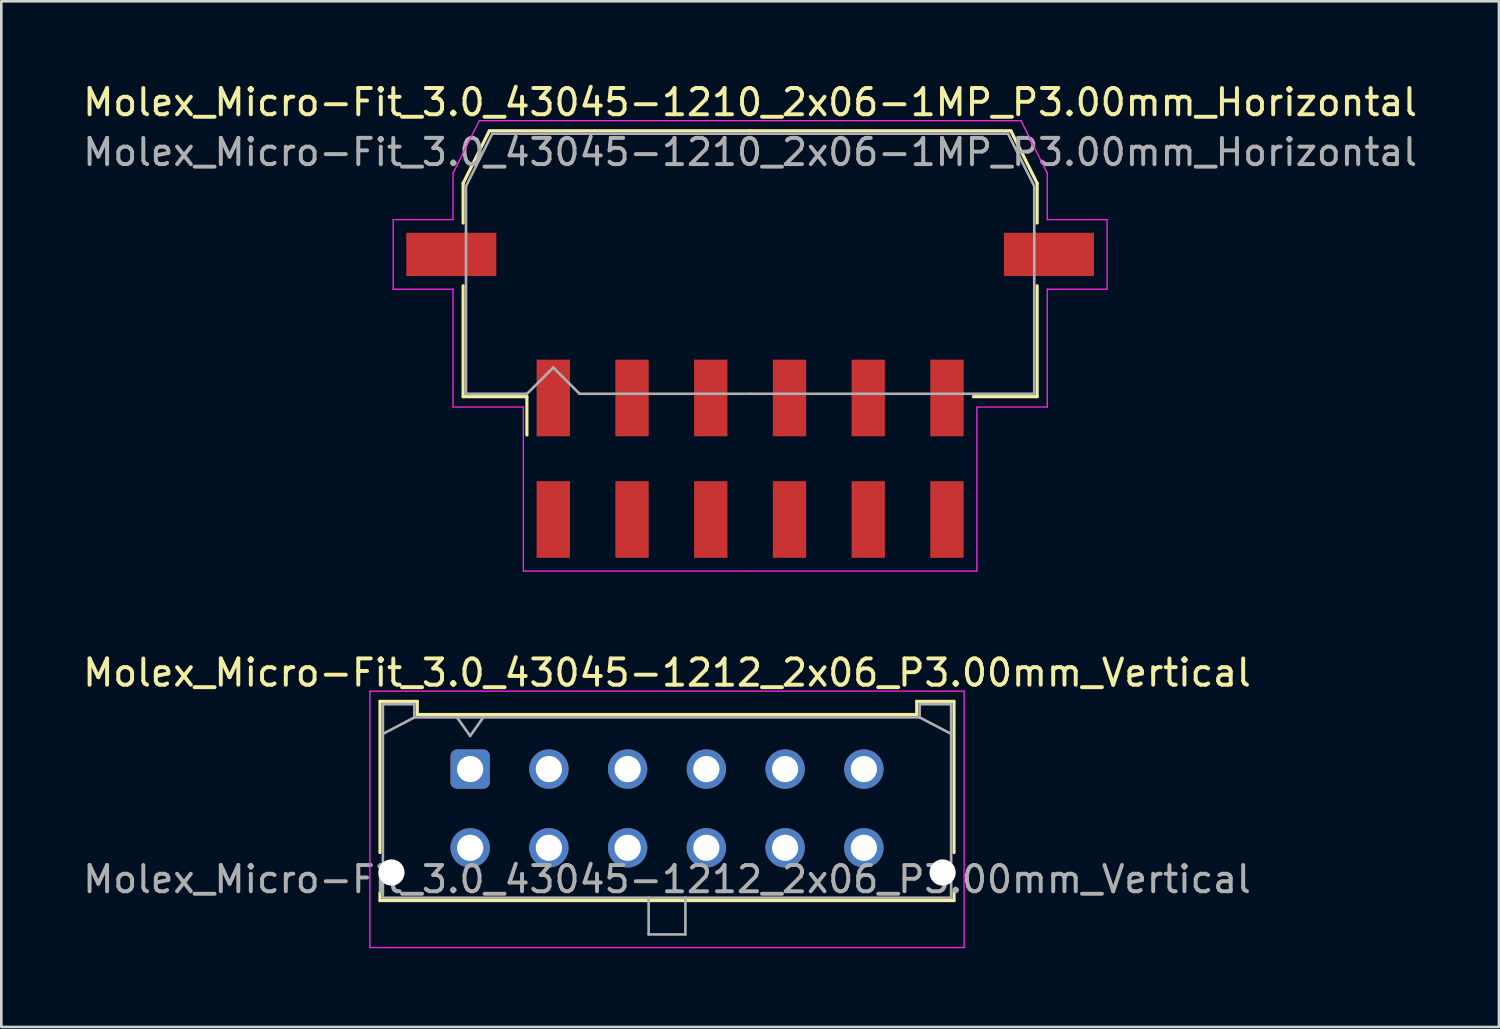
<source format=kicad_pcb>
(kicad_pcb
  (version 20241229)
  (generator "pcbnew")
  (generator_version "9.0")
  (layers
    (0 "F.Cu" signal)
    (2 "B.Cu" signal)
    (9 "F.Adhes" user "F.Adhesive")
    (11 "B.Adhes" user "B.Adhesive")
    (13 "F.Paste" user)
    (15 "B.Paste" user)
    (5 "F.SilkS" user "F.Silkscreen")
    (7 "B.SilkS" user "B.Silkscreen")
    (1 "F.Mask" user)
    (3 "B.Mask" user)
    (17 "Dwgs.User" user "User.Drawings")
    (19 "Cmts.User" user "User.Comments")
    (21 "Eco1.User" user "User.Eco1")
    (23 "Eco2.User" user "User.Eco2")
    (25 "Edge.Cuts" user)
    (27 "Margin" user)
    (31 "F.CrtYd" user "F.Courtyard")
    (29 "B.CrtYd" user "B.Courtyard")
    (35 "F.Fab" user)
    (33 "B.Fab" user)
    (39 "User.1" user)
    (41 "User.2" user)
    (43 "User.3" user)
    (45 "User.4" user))
  (footprint "Molex_Micro-Fit_3.0_43045-1210_2x06-1MP_P3.00mm_Horizontal"
    (layer "F.Cu")
    (at 25.53 14.428)
    (property "Reference" "Molex_Micro-Fit_3.0_43045-1210_2x06-1MP_P3.00mm_Horizontal" (at 0 -13.58 0) (layer "F.SilkS") (effects (font (size 1 1) (thickness 0.15))))
    (attr smd)
    (fp_line (start -10.935 -10.495) (end -10.935 -8.98) (stroke (width 0.12) (type solid)) (layer "F.SilkS"))
    (fp_line (start -10.935 -6.59) (end -10.935 -2.365) (stroke (width 0.12) (type solid)) (layer "F.SilkS"))
    (fp_line (start -10.935 -2.365) (end -8.505 -2.365) (stroke (width 0.12) (type solid)) (layer "F.SilkS"))
    (fp_line (start -9.935 -12.495) (end -10.935 -10.495) (stroke (width 0.12) (type solid)) (layer "F.SilkS"))
    (fp_line (start -8.505 -2.365) (end -8.505 -0.905) (stroke (width 0.12) (type solid)) (layer "F.SilkS"))
    (fp_line (start 0 -12.495) (end -9.935 -12.495) (stroke (width 0.12) (type solid)) (layer "F.SilkS"))
    (fp_line (start 0 -12.495) (end 9.935 -12.495) (stroke (width 0.12) (type solid)) (layer "F.SilkS"))
    (fp_line (start 9.935 -12.495) (end 10.935 -10.495) (stroke (width 0.12) (type solid)) (layer "F.SilkS"))
    (fp_line (start 10.935 -10.495) (end 10.935 -8.98) (stroke (width 0.12) (type solid)) (layer "F.SilkS"))
    (fp_line (start 10.935 -6.59) (end 10.935 -2.365) (stroke (width 0.12) (type solid)) (layer "F.SilkS"))
    (fp_line (start 10.935 -2.365) (end 8.505 -2.365) (stroke (width 0.12) (type solid)) (layer "F.SilkS"))
    (fp_line (start -13.6 -9.11) (end -13.6 -6.46) (stroke (width 0.05) (type solid)) (layer "F.CrtYd"))
    (fp_line (start -13.6 -6.46) (end -11.32 -6.46) (stroke (width 0.05) (type solid)) (layer "F.CrtYd"))
    (fp_line (start -11.32 -10.88) (end -11.32 -9.11) (stroke (width 0.05) (type solid)) (layer "F.CrtYd"))
    (fp_line (start -11.32 -9.11) (end -13.6 -9.11) (stroke (width 0.05) (type solid)) (layer "F.CrtYd"))
    (fp_line (start -11.32 -6.46) (end -11.32 -1.97) (stroke (width 0.05) (type solid)) (layer "F.CrtYd"))
    (fp_line (start -11.32 -1.97) (end -8.64 -1.97) (stroke (width 0.05) (type solid)) (layer "F.CrtYd"))
    (fp_line (start -10.32 -12.88) (end -11.32 -10.88) (stroke (width 0.05) (type solid)) (layer "F.CrtYd"))
    (fp_line (start -8.64 -1.97) (end -8.64 4.28) (stroke (width 0.05) (type solid)) (layer "F.CrtYd"))
    (fp_line (start -8.64 4.28) (end 0 4.28) (stroke (width 0.05) (type solid)) (layer "F.CrtYd"))
    (fp_line (start 0 -12.88) (end -10.32 -12.88) (stroke (width 0.05) (type solid)) (layer "F.CrtYd"))
    (fp_line (start 0 -12.88) (end 10.32 -12.88) (stroke (width 0.05) (type solid)) (layer "F.CrtYd"))
    (fp_line (start 8.64 -1.97) (end 8.64 4.28) (stroke (width 0.05) (type solid)) (layer "F.CrtYd"))
    (fp_line (start 8.64 4.28) (end 0 4.28) (stroke (width 0.05) (type solid)) (layer "F.CrtYd"))
    (fp_line (start 10.32 -12.88) (end 11.32 -10.88) (stroke (width 0.05) (type solid)) (layer "F.CrtYd"))
    (fp_line (start 11.32 -10.88) (end 11.32 -9.11) (stroke (width 0.05) (type solid)) (layer "F.CrtYd"))
    (fp_line (start 11.32 -9.11) (end 13.6 -9.11) (stroke (width 0.05) (type solid)) (layer "F.CrtYd"))
    (fp_line (start 11.32 -6.46) (end 11.32 -1.97) (stroke (width 0.05) (type solid)) (layer "F.CrtYd"))
    (fp_line (start 11.32 -1.97) (end 8.64 -1.97) (stroke (width 0.05) (type solid)) (layer "F.CrtYd"))
    (fp_line (start 13.6 -9.11) (end 13.6 -6.46) (stroke (width 0.05) (type solid)) (layer "F.CrtYd"))
    (fp_line (start 13.6 -6.46) (end 11.32 -6.46) (stroke (width 0.05) (type solid)) (layer "F.CrtYd"))
    (fp_line (start -10.825 -10.385) (end -10.825 -8.61) (stroke (width 0.1) (type solid)) (layer "F.Fab"))
    (fp_line (start -10.825 -8.61) (end -10.825 -2.475) (stroke (width 0.1) (type solid)) (layer "F.Fab"))
    (fp_line (start -10.825 -2.475) (end -8.5 -2.475) (stroke (width 0.1) (type solid)) (layer "F.Fab"))
    (fp_line (start -9.825 -12.385) (end -10.825 -10.385) (stroke (width 0.1) (type solid)) (layer "F.Fab"))
    (fp_line (start -8.5 -2.475) (end -7.5 -3.475) (stroke (width 0.1) (type solid)) (layer "F.Fab"))
    (fp_line (start -7.5 -3.475) (end -6.5 -2.475) (stroke (width 0.1) (type solid)) (layer "F.Fab"))
    (fp_line (start -6.5 -2.475) (end 0 -2.475) (stroke (width 0.1) (type solid)) (layer "F.Fab"))
    (fp_line (start 0 -12.385) (end -9.825 -12.385) (stroke (width 0.1) (type solid)) (layer "F.Fab"))
    (fp_line (start 0 -12.385) (end 9.825 -12.385) (stroke (width 0.1) (type solid)) (layer "F.Fab"))
    (fp_line (start 8.135 -2.475) (end 0 -2.475) (stroke (width 0.1) (type solid)) (layer "F.Fab"))
    (fp_line (start 9.825 -12.385) (end 10.825 -10.385) (stroke (width 0.1) (type solid)) (layer "F.Fab"))
    (fp_line (start 10.825 -10.385) (end 10.825 -8.61) (stroke (width 0.1) (type solid)) (layer "F.Fab"))
    (fp_line (start 10.825 -8.61) (end 10.825 -2.475) (stroke (width 0.1) (type solid)) (layer "F.Fab"))
    (fp_line (start 10.825 -2.475) (end 8.135 -2.475) (stroke (width 0.1) (type solid)) (layer "F.Fab"))
    (fp_text user "${REFERENCE}" (at 0 -11.68 0) (layer "F.Fab") (effects (font (size 1 1) (thickness 0.15))))
    (pad "1" smd rect (at -7.5 -2.315) (size 1.27 2.92) (layers "F.Cu" "F.Mask" "F.Paste"))
    (pad "2" smd rect (at -4.5 -2.315) (size 1.27 2.92) (layers "F.Cu" "F.Mask" "F.Paste"))
    (pad "3" smd rect (at -1.5 -2.315) (size 1.27 2.92) (layers "F.Cu" "F.Mask" "F.Paste"))
    (pad "4" smd rect (at 1.5 -2.315) (size 1.27 2.92) (layers "F.Cu" "F.Mask" "F.Paste"))
    (pad "5" smd rect (at 4.5 -2.315) (size 1.27 2.92) (layers "F.Cu" "F.Mask" "F.Paste"))
    (pad "6" smd rect (at 7.5 -2.315) (size 1.27 2.92) (layers "F.Cu" "F.Mask" "F.Paste"))
    (pad "7" smd rect (at -7.5 2.315) (size 1.27 2.92) (layers "F.Cu" "F.Mask" "F.Paste"))
    (pad "8" smd rect (at -4.5 2.315) (size 1.27 2.92) (layers "F.Cu" "F.Mask" "F.Paste"))
    (pad "9" smd rect (at -1.5 2.315) (size 1.27 2.92) (layers "F.Cu" "F.Mask" "F.Paste"))
    (pad "10" smd rect (at 1.5 2.315) (size 1.27 2.92) (layers "F.Cu" "F.Mask" "F.Paste"))
    (pad "11" smd rect (at 4.5 2.315) (size 1.27 2.92) (layers "F.Cu" "F.Mask" "F.Paste"))
    (pad "12" smd rect (at 7.5 2.315) (size 1.27 2.92) (layers "F.Cu" "F.Mask" "F.Paste"))
    (pad "MP" smd rect (at -11.385 -7.785) (size 3.43 1.65) (layers "F.Cu" "F.Mask" "F.Paste"))
    (pad "MP" smd rect (at 11.385 -7.785) (size 3.43 1.65) (layers "F.Cu" "F.Mask" "F.Paste")))
  (footprint "Molex_Micro-Fit_3.0_43045-1212_2x06_P3.00mm_Vertical"
    (layer "F.Cu")
    (at 14.863 26.252)
    (property "Reference" "Molex_Micro-Fit_3.0_43045-1212_2x06_P3.00mm_Vertical" (at 7.5 -3.67 0) (layer "F.SilkS") (effects (font (size 1 1) (thickness 0.15))))
    (attr through_hole)
    (fp_line (start -3.435 -2.58) (end -2.015 -2.58) (stroke (width 0.12) (type solid)) (layer "F.SilkS"))
    (fp_line (start -3.435 3.18) (end -3.435 -2.58) (stroke (width 0.12) (type solid)) (layer "F.SilkS"))
    (fp_line (start -3.435 4.7) (end -3.435 5.01) (stroke (width 0.12) (type solid)) (layer "F.SilkS"))
    (fp_line (start -3.435 5.01) (end 18.435 5.01) (stroke (width 0.12) (type solid)) (layer "F.SilkS"))
    (fp_line (start -2.015 -2.58) (end -2.015 -2.08) (stroke (width 0.12) (type solid)) (layer "F.SilkS"))
    (fp_line (start -2.015 -2.08) (end 17.015 -2.08) (stroke (width 0.12) (type solid)) (layer "F.SilkS"))
    (fp_line (start 17.015 -2.58) (end 18.435 -2.58) (stroke (width 0.12) (type solid)) (layer "F.SilkS"))
    (fp_line (start 17.015 -2.08) (end 17.015 -2.58) (stroke (width 0.12) (type solid)) (layer "F.SilkS"))
    (fp_line (start 18.435 -2.58) (end 18.435 3.18) (stroke (width 0.12) (type solid)) (layer "F.SilkS"))
    (fp_line (start 18.435 5.01) (end 18.435 4.7) (stroke (width 0.12) (type solid)) (layer "F.SilkS"))
    (fp_line (start -3.82 -2.97) (end 18.82 -2.97) (stroke (width 0.05) (type solid)) (layer "F.CrtYd"))
    (fp_line (start -3.82 6.8) (end -3.82 -2.97) (stroke (width 0.05) (type solid)) (layer "F.CrtYd"))
    (fp_line (start 18.82 -2.97) (end 18.82 6.8) (stroke (width 0.05) (type solid)) (layer "F.CrtYd"))
    (fp_line (start 18.82 6.8) (end -3.82 6.8) (stroke (width 0.05) (type solid)) (layer "F.CrtYd"))
    (fp_line (start -3.325 -2.47) (end -3.325 4.9) (stroke (width 0.1) (type solid)) (layer "F.Fab"))
    (fp_line (start -3.325 -1.34) (end -2.125 -1.97) (stroke (width 0.1) (type solid)) (layer "F.Fab"))
    (fp_line (start -3.325 4.9) (end 18.325 4.9) (stroke (width 0.1) (type solid)) (layer "F.Fab"))
    (fp_line (start -2.125 -2.47) (end -3.325 -2.47) (stroke (width 0.1) (type solid)) (layer "F.Fab"))
    (fp_line (start -2.125 -1.97) (end -2.125 -2.47) (stroke (width 0.1) (type solid)) (layer "F.Fab"))
    (fp_line (start -0.5 -1.97) (end 0 -1.263) (stroke (width 0.1) (type solid)) (layer "F.Fab"))
    (fp_line (start 0 -1.263) (end 0.5 -1.97) (stroke (width 0.1) (type solid)) (layer "F.Fab"))
    (fp_line (start 6.8 4.9) (end 6.8 6.3) (stroke (width 0.1) (type solid)) (layer "F.Fab"))
    (fp_line (start 6.8 6.3) (end 8.2 6.3) (stroke (width 0.1) (type solid)) (layer "F.Fab"))
    (fp_line (start 8.2 6.3) (end 8.2 4.9) (stroke (width 0.1) (type solid)) (layer "F.Fab"))
    (fp_line (start 17.125 -2.47) (end 17.125 -1.97) (stroke (width 0.1) (type solid)) (layer "F.Fab"))
    (fp_line (start 17.125 -1.97) (end -2.125 -1.97) (stroke (width 0.1) (type solid)) (layer "F.Fab"))
    (fp_line (start 18.325 -2.47) (end 17.125 -2.47) (stroke (width 0.1) (type solid)) (layer "F.Fab"))
    (fp_line (start 18.325 -1.34) (end 17.125 -1.97) (stroke (width 0.1) (type solid)) (layer "F.Fab"))
    (fp_line (start 18.325 4.9) (end 18.325 -2.47) (stroke (width 0.1) (type solid)) (layer "F.Fab"))
    (fp_text user "${REFERENCE}" (at 7.5 4.2 0) (layer "F.Fab") (effects (font (size 1 1) (thickness 0.15))))
    (pad "" np_thru_hole circle (at -3 3.94) (size 1 1) (drill 1) (layers "*.Cu" "*.Mask"))
    (pad "" np_thru_hole circle (at 18 3.94) (size 1 1) (drill 1) (layers "*.Cu" "*.Mask"))
    (pad "1" thru_hole roundrect (at 0 0) (size 1.5 1.5) (drill 1) (layers "*.Cu" "*.Mask") (roundrect_rratio 0.167))
    (pad "2" thru_hole circle (at 3 0) (size 1.5 1.5) (drill 1) (layers "*.Cu" "*.Mask"))
    (pad "3" thru_hole circle (at 6 0) (size 1.5 1.5) (drill 1) (layers "*.Cu" "*.Mask"))
    (pad "4" thru_hole circle (at 9 0) (size 1.5 1.5) (drill 1) (layers "*.Cu" "*.Mask"))
    (pad "5" thru_hole circle (at 12 0) (size 1.5 1.5) (drill 1) (layers "*.Cu" "*.Mask"))
    (pad "6" thru_hole circle (at 15 0) (size 1.5 1.5) (drill 1) (layers "*.Cu" "*.Mask"))
    (pad "7" thru_hole circle (at 0 3) (size 1.5 1.5) (drill 1) (layers "*.Cu" "*.Mask"))
    (pad "8" thru_hole circle (at 3 3) (size 1.5 1.5) (drill 1) (layers "*.Cu" "*.Mask"))
    (pad "9" thru_hole circle (at 6 3) (size 1.5 1.5) (drill 1) (layers "*.Cu" "*.Mask"))
    (pad "10" thru_hole circle (at 9 3) (size 1.5 1.5) (drill 1) (layers "*.Cu" "*.Mask"))
    (pad "11" thru_hole circle (at 12 3) (size 1.5 1.5) (drill 1) (layers "*.Cu" "*.Mask"))
    (pad "12" thru_hole circle (at 15 3) (size 1.5 1.5) (drill 1) (layers "*.Cu" "*.Mask")))
  (gr_rect
    (start -3 -3)
    (end 54.06 36.077)
    (stroke (width 0.1) (type default))
    (fill no)
    (layer "Edge.Cuts")))
</source>
